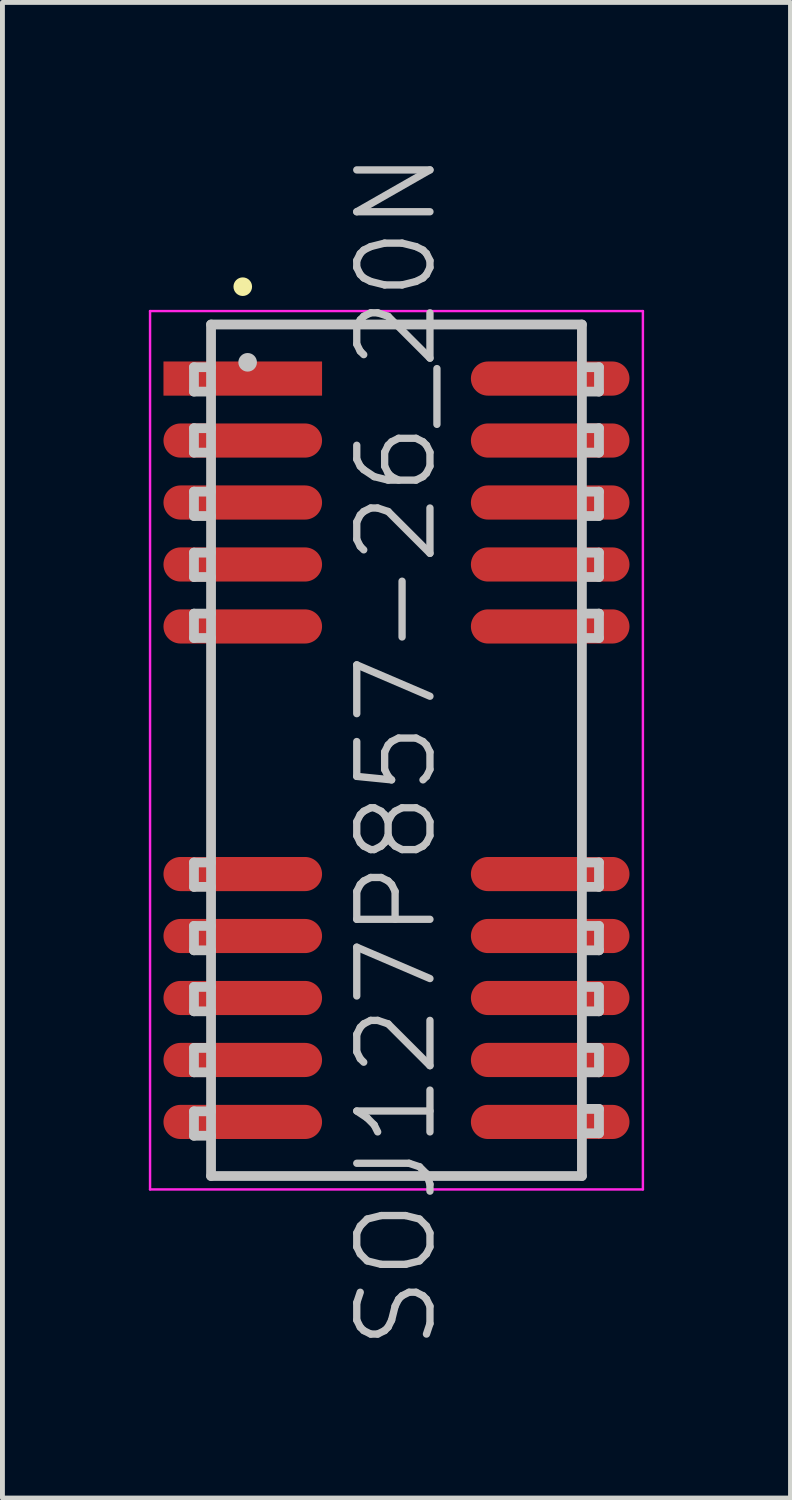
<source format=kicad_pcb>
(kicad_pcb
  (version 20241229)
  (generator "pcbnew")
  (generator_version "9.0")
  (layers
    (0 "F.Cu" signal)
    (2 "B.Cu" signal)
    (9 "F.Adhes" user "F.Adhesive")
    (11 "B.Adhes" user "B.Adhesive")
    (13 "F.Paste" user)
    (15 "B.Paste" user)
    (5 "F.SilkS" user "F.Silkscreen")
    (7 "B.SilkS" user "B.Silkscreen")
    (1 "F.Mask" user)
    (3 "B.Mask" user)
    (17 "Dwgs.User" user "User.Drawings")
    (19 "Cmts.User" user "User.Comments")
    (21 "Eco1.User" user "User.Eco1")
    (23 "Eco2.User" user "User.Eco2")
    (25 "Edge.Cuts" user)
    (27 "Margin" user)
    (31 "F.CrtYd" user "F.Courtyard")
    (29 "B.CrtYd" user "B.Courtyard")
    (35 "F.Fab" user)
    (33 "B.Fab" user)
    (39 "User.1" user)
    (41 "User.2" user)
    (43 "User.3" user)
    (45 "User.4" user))
  (footprint "SOJ127P857-26_20N"
    (layer "F.Cu")
    (at 5.075 12.325)
    (property "Reference" "SOJ127P857-26_20N" (at 0 0 90) (layer "Dwgs.User") (effects (font (size 1.5 1.5) (thickness 0.15))))
    (attr smd)
    (fp_line (start -3.15 -9.5) (end -3.15 -9.5) (stroke (width 0.381) (type solid)) (layer "F.SilkS"))
    (fp_line (start -4.15 -7.85) (end -4.15 -7.35) (stroke (width 0.2) (type solid)) (layer "Dwgs.User"))
    (fp_line (start -4.15 -7.35) (end -3.8 -7.35) (stroke (width 0.2) (type solid)) (layer "Dwgs.User"))
    (fp_line (start -4.15 -6.6) (end -4.15 -6.1) (stroke (width 0.2) (type solid)) (layer "Dwgs.User"))
    (fp_line (start -4.15 -6.1) (end -3.8 -6.1) (stroke (width 0.2) (type solid)) (layer "Dwgs.User"))
    (fp_line (start -4.15 -5.3) (end -4.15 -4.8) (stroke (width 0.2) (type solid)) (layer "Dwgs.User"))
    (fp_line (start -4.15 -4.8) (end -3.8 -4.8) (stroke (width 0.2) (type solid)) (layer "Dwgs.User"))
    (fp_line (start -4.15 -4.05) (end -4.15 -3.55) (stroke (width 0.2) (type solid)) (layer "Dwgs.User"))
    (fp_line (start -4.15 -3.55) (end -3.8 -3.55) (stroke (width 0.2) (type solid)) (layer "Dwgs.User"))
    (fp_line (start -4.15 -2.8) (end -4.15 -2.3) (stroke (width 0.2) (type solid)) (layer "Dwgs.User"))
    (fp_line (start -4.15 -2.3) (end -3.8 -2.3) (stroke (width 0.2) (type solid)) (layer "Dwgs.User"))
    (fp_line (start -4.15 2.3) (end -4.15 2.8) (stroke (width 0.2) (type solid)) (layer "Dwgs.User"))
    (fp_line (start -4.15 2.8) (end -3.8 2.8) (stroke (width 0.2) (type solid)) (layer "Dwgs.User"))
    (fp_line (start -4.15 3.6) (end -4.15 4.1) (stroke (width 0.2) (type solid)) (layer "Dwgs.User"))
    (fp_line (start -4.15 4.1) (end -3.8 4.1) (stroke (width 0.2) (type solid)) (layer "Dwgs.User"))
    (fp_line (start -4.15 4.85) (end -4.15 5.35) (stroke (width 0.2) (type solid)) (layer "Dwgs.User"))
    (fp_line (start -4.15 5.35) (end -3.8 5.35) (stroke (width 0.2) (type solid)) (layer "Dwgs.User"))
    (fp_line (start -4.15 6.1) (end -4.15 6.6) (stroke (width 0.2) (type solid)) (layer "Dwgs.User"))
    (fp_line (start -4.15 6.6) (end -3.8 6.6) (stroke (width 0.2) (type solid)) (layer "Dwgs.User"))
    (fp_line (start -4.15 7.4) (end -4.15 7.9) (stroke (width 0.2) (type solid)) (layer "Dwgs.User"))
    (fp_line (start -4.15 7.9) (end -3.8 7.9) (stroke (width 0.2) (type solid)) (layer "Dwgs.User"))
    (fp_line (start -3.8 -8.725) (end -3.8 8.725) (stroke (width 0.2) (type solid)) (layer "Dwgs.User"))
    (fp_line (start -3.8 -8.725) (end 3.8 -8.725) (stroke (width 0.2) (type solid)) (layer "Dwgs.User"))
    (fp_line (start -3.8 -7.85) (end -4.15 -7.85) (stroke (width 0.2) (type solid)) (layer "Dwgs.User"))
    (fp_line (start -3.8 -6.6) (end -4.15 -6.6) (stroke (width 0.2) (type solid)) (layer "Dwgs.User"))
    (fp_line (start -3.8 -5.3) (end -4.15 -5.3) (stroke (width 0.2) (type solid)) (layer "Dwgs.User"))
    (fp_line (start -3.8 -4.05) (end -4.15 -4.05) (stroke (width 0.2) (type solid)) (layer "Dwgs.User"))
    (fp_line (start -3.8 -2.8) (end -4.15 -2.8) (stroke (width 0.2) (type solid)) (layer "Dwgs.User"))
    (fp_line (start -3.8 2.3) (end -4.15 2.3) (stroke (width 0.2) (type solid)) (layer "Dwgs.User"))
    (fp_line (start -3.8 3.6) (end -4.15 3.6) (stroke (width 0.2) (type solid)) (layer "Dwgs.User"))
    (fp_line (start -3.8 4.85) (end -4.15 4.85) (stroke (width 0.2) (type solid)) (layer "Dwgs.User"))
    (fp_line (start -3.8 6.1) (end -4.15 6.1) (stroke (width 0.2) (type solid)) (layer "Dwgs.User"))
    (fp_line (start -3.8 7.4) (end -4.15 7.4) (stroke (width 0.2) (type solid)) (layer "Dwgs.User"))
    (fp_line (start -3.8 8.725) (end 3.8 8.725) (stroke (width 0.2) (type solid)) (layer "Dwgs.User"))
    (fp_line (start -3.05 -7.95) (end -3.05 -7.95) (stroke (width 0.381) (type solid)) (layer "Dwgs.User"))
    (fp_line (start 3.8 -8.725) (end 3.8 8.725) (stroke (width 0.2) (type solid)) (layer "Dwgs.User"))
    (fp_line (start 3.8 -7.85) (end 4.15 -7.85) (stroke (width 0.2) (type solid)) (layer "Dwgs.User"))
    (fp_line (start 3.8 -6.6) (end 4.15 -6.6) (stroke (width 0.2) (type solid)) (layer "Dwgs.User"))
    (fp_line (start 3.8 -5.3) (end 4.15 -5.3) (stroke (width 0.2) (type solid)) (layer "Dwgs.User"))
    (fp_line (start 3.8 -4.05) (end 4.15 -4.05) (stroke (width 0.2) (type solid)) (layer "Dwgs.User"))
    (fp_line (start 3.8 -2.8) (end 4.15 -2.8) (stroke (width 0.2) (type solid)) (layer "Dwgs.User"))
    (fp_line (start 3.8 2.3) (end 4.15 2.3) (stroke (width 0.2) (type solid)) (layer "Dwgs.User"))
    (fp_line (start 3.8 3.6) (end 4.15 3.6) (stroke (width 0.2) (type solid)) (layer "Dwgs.User"))
    (fp_line (start 3.8 4.85) (end 4.15 4.85) (stroke (width 0.2) (type solid)) (layer "Dwgs.User"))
    (fp_line (start 3.8 6.1) (end 4.15 6.1) (stroke (width 0.2) (type solid)) (layer "Dwgs.User"))
    (fp_line (start 3.8 7.35) (end 4.15 7.35) (stroke (width 0.2) (type solid)) (layer "Dwgs.User"))
    (fp_line (start 4.15 -7.85) (end 4.15 -7.35) (stroke (width 0.2) (type solid)) (layer "Dwgs.User"))
    (fp_line (start 4.15 -7.35) (end 3.8 -7.35) (stroke (width 0.2) (type solid)) (layer "Dwgs.User"))
    (fp_line (start 4.15 -6.6) (end 4.15 -6.1) (stroke (width 0.2) (type solid)) (layer "Dwgs.User"))
    (fp_line (start 4.15 -6.1) (end 3.8 -6.1) (stroke (width 0.2) (type solid)) (layer "Dwgs.User"))
    (fp_line (start 4.15 -5.3) (end 4.15 -4.8) (stroke (width 0.2) (type solid)) (layer "Dwgs.User"))
    (fp_line (start 4.15 -4.8) (end 3.8 -4.8) (stroke (width 0.2) (type solid)) (layer "Dwgs.User"))
    (fp_line (start 4.15 -4.05) (end 4.15 -3.55) (stroke (width 0.2) (type solid)) (layer "Dwgs.User"))
    (fp_line (start 4.15 -3.55) (end 3.8 -3.55) (stroke (width 0.2) (type solid)) (layer "Dwgs.User"))
    (fp_line (start 4.15 -2.8) (end 4.15 -2.3) (stroke (width 0.2) (type solid)) (layer "Dwgs.User"))
    (fp_line (start 4.15 -2.3) (end 3.8 -2.3) (stroke (width 0.2) (type solid)) (layer "Dwgs.User"))
    (fp_line (start 4.15 2.3) (end 4.15 2.8) (stroke (width 0.2) (type solid)) (layer "Dwgs.User"))
    (fp_line (start 4.15 2.8) (end 3.8 2.8) (stroke (width 0.2) (type solid)) (layer "Dwgs.User"))
    (fp_line (start 4.15 3.6) (end 4.15 4.1) (stroke (width 0.2) (type solid)) (layer "Dwgs.User"))
    (fp_line (start 4.15 4.1) (end 3.8 4.1) (stroke (width 0.2) (type solid)) (layer "Dwgs.User"))
    (fp_line (start 4.15 4.85) (end 4.15 5.35) (stroke (width 0.2) (type solid)) (layer "Dwgs.User"))
    (fp_line (start 4.15 5.35) (end 3.8 5.35) (stroke (width 0.2) (type solid)) (layer "Dwgs.User"))
    (fp_line (start 4.15 6.1) (end 4.15 6.6) (stroke (width 0.2) (type solid)) (layer "Dwgs.User"))
    (fp_line (start 4.15 6.6) (end 3.8 6.6) (stroke (width 0.2) (type solid)) (layer "Dwgs.User"))
    (fp_line (start 4.15 7.35) (end 4.15 7.85) (stroke (width 0.2) (type solid)) (layer "Dwgs.User"))
    (fp_line (start 4.15 7.85) (end 3.8 7.85) (stroke (width 0.2) (type solid)) (layer "Dwgs.User"))
    (fp_line (start -5.05 -9) (end -5.05 9) (stroke (width 0.05) (type solid)) (layer "F.CrtYd"))
    (fp_line (start -5.05 -9) (end 5.05 -9) (stroke (width 0.05) (type solid)) (layer "F.CrtYd"))
    (fp_line (start -5.05 9) (end 5.05 9) (stroke (width 0.05) (type solid)) (layer "F.CrtYd"))
    (fp_line (start 5.05 -9) (end 5.05 9) (stroke (width 0.05) (type solid)) (layer "F.CrtYd"))
    (pad "1" smd rect (at -3.15 -7.617 90) (size 0.7 3.25) (layers "F.Cu" "F.Mask" "F.Paste"))
    (pad "2" smd oval (at -3.15 -6.347 90) (size 0.7 3.25) (layers "F.Cu" "F.Mask" "F.Paste"))
    (pad "3" smd oval (at -3.15 -5.077 90) (size 0.7 3.25) (layers "F.Cu" "F.Mask" "F.Paste"))
    (pad "4" smd oval (at -3.15 -3.807 90) (size 0.7 3.25) (layers "F.Cu" "F.Mask" "F.Paste"))
    (pad "5" smd oval (at -3.15 -2.537 90) (size 0.7 3.25) (layers "F.Cu" "F.Mask" "F.Paste"))
    (pad "9" smd oval (at -3.15 2.537 90) (size 0.7 3.25) (layers "F.Cu" "F.Mask" "F.Paste"))
    (pad "10" smd oval (at -3.15 3.807 90) (size 0.7 3.25) (layers "F.Cu" "F.Mask" "F.Paste"))
    (pad "11" smd oval (at -3.15 5.077 90) (size 0.7 3.25) (layers "F.Cu" "F.Mask" "F.Paste"))
    (pad "12" smd oval (at -3.15 6.347 90) (size 0.7 3.25) (layers "F.Cu" "F.Mask" "F.Paste"))
    (pad "13" smd oval (at -3.15 7.617 90) (size 0.7 3.25) (layers "F.Cu" "F.Mask" "F.Paste"))
    (pad "14" smd oval (at 3.15 7.617 270) (size 0.7 3.25) (layers "F.Cu" "F.Mask" "F.Paste"))
    (pad "15" smd oval (at 3.15 6.347 270) (size 0.7 3.25) (layers "F.Cu" "F.Mask" "F.Paste"))
    (pad "16" smd oval (at 3.15 5.077 270) (size 0.7 3.25) (layers "F.Cu" "F.Mask" "F.Paste"))
    (pad "17" smd oval (at 3.15 3.807 270) (size 0.7 3.25) (layers "F.Cu" "F.Mask" "F.Paste"))
    (pad "18" smd oval (at 3.15 2.537 270) (size 0.7 3.25) (layers "F.Cu" "F.Mask" "F.Paste"))
    (pad "22" smd oval (at 3.15 -2.537 270) (size 0.7 3.25) (layers "F.Cu" "F.Mask" "F.Paste"))
    (pad "23" smd oval (at 3.15 -3.807 270) (size 0.7 3.25) (layers "F.Cu" "F.Mask" "F.Paste"))
    (pad "24" smd oval (at 3.15 -5.077 270) (size 0.7 3.25) (layers "F.Cu" "F.Mask" "F.Paste"))
    (pad "25" smd oval (at 3.15 -6.347 270) (size 0.7 3.25) (layers "F.Cu" "F.Mask" "F.Paste"))
    (pad "26" smd oval (at 3.15 -7.617 270) (size 0.7 3.25) (layers "F.Cu" "F.Mask" "F.Paste")))
  (gr_rect
    (start -3 -3)
    (end 13.15 27.65)
    (stroke (width 0.1) (type default))
    (fill no)
    (layer "Edge.Cuts")))
</source>
